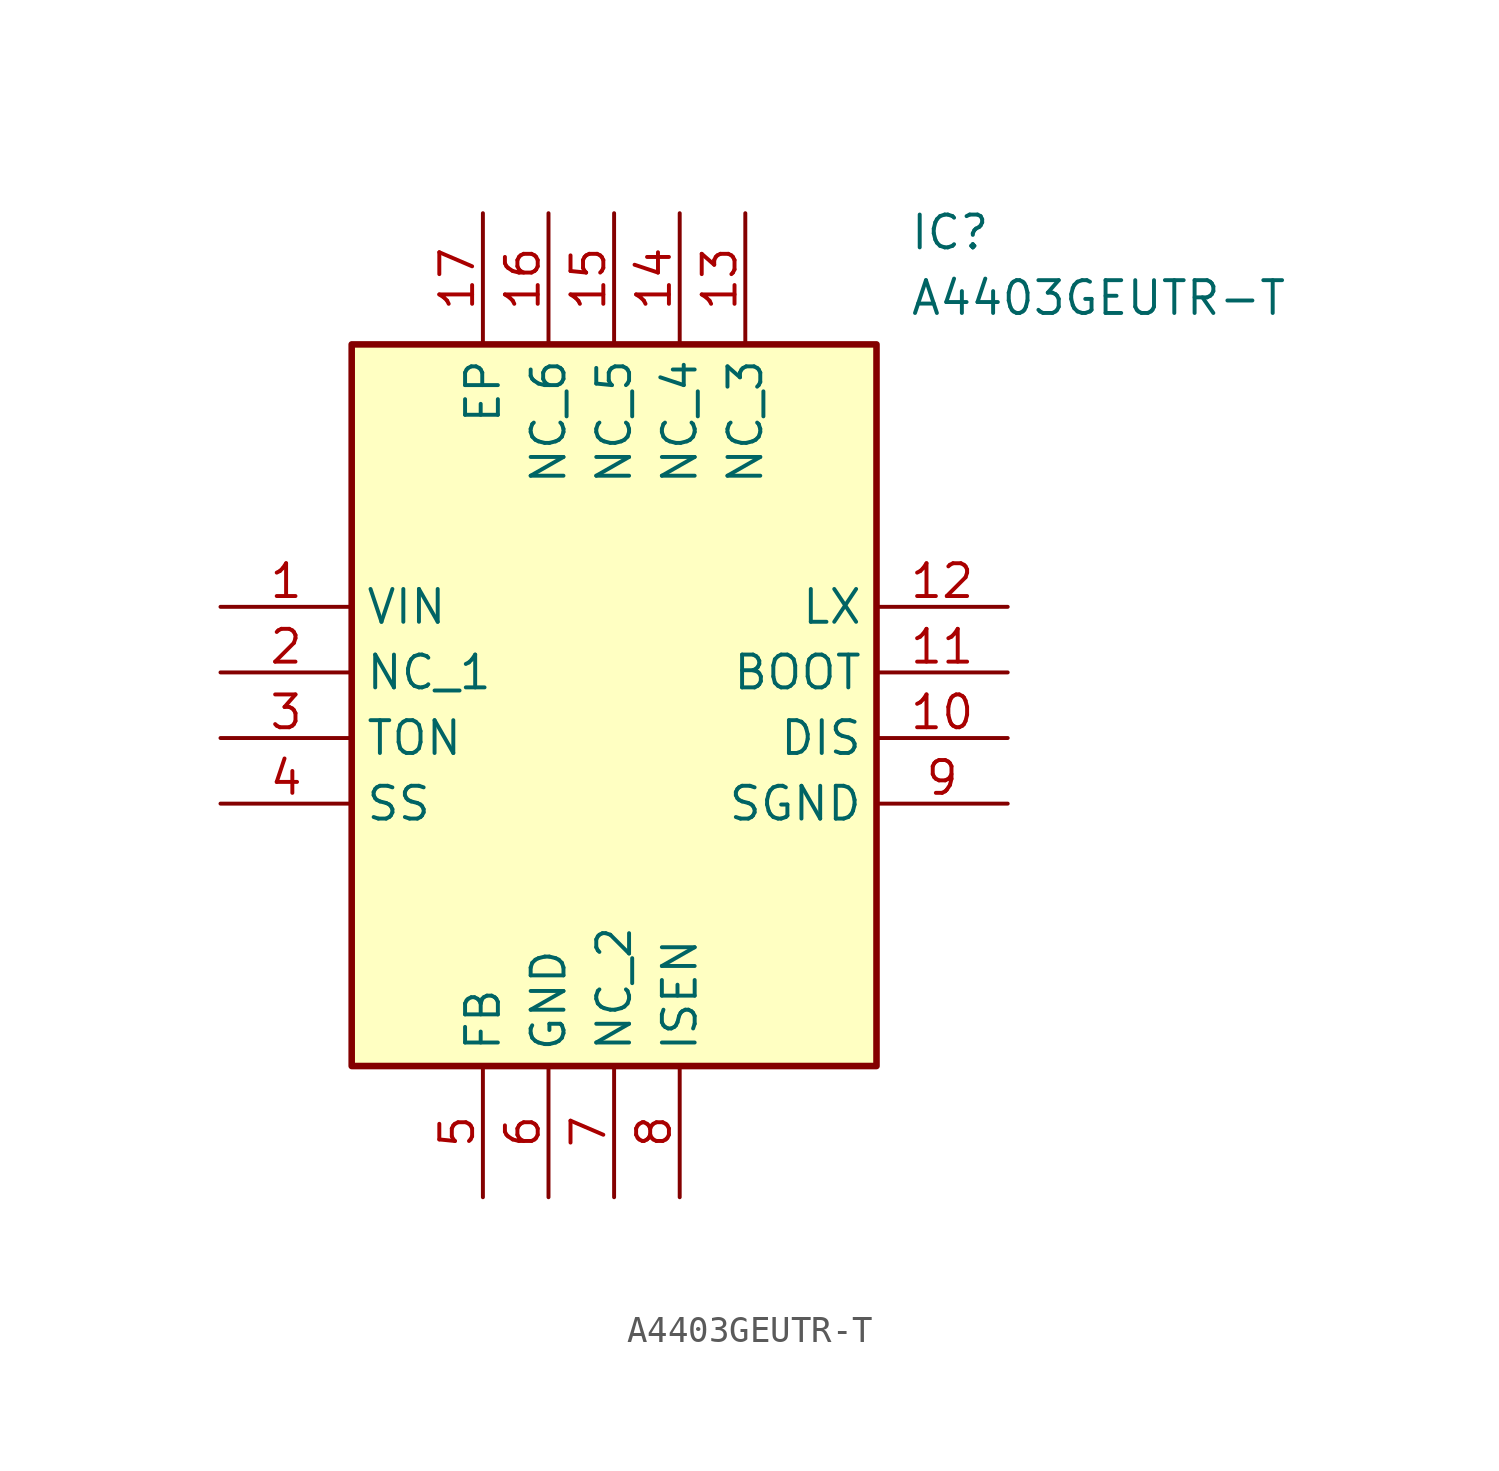
<source format=kicad_sym>
(kicad_symbol_lib
  (version 20211014)
  (generator SamacSys_ECAD_Model)
  (symbol "A4403GEUTR-T"
    (property "Reference" "IC"
      (at 26.67 15.24 0)
      (effects (font (size 1.27 1.27)) (justify left top)))
    (property "Value" "A4403GEUTR-T"
      (at 26.67 12.7 0)
      (effects (font (size 1.27 1.27)) (justify left top)))
    (rectangle
      (start 5.08 10.16)
      (end 25.4 -17.78)
      (stroke (width 0.254) (type default))
      (fill (type background)))
    (pin passive line
      (at 0 0 0)
      (length 5.08)
      (name "VIN" (effects (font (size 1.27 1.27))))
      (number "1" (effects (font (size 1.27 1.27)))))
    (pin passive line
      (at 0 -2.54 0)
      (length 5.08)
      (name "NC_1" (effects (font (size 1.27 1.27))))
      (number "2" (effects (font (size 1.27 1.27)))))
    (pin passive line
      (at 0 -5.08 0)
      (length 5.08)
      (name "TON" (effects (font (size 1.27 1.27))))
      (number "3" (effects (font (size 1.27 1.27)))))
    (pin passive line
      (at 0 -7.62 0)
      (length 5.08)
      (name "SS" (effects (font (size 1.27 1.27))))
      (number "4" (effects (font (size 1.27 1.27)))))
    (pin passive line
      (at 10.16 -22.86 90)
      (length 5.08)
      (name "FB" (effects (font (size 1.27 1.27))))
      (number "5" (effects (font (size 1.27 1.27)))))
    (pin passive line
      (at 12.7 -22.86 90)
      (length 5.08)
      (name "GND" (effects (font (size 1.27 1.27))))
      (number "6" (effects (font (size 1.27 1.27)))))
    (pin passive line
      (at 15.24 -22.86 90)
      (length 5.08)
      (name "NC_2" (effects (font (size 1.27 1.27))))
      (number "7" (effects (font (size 1.27 1.27)))))
    (pin passive line
      (at 17.78 -22.86 90)
      (length 5.08)
      (name "ISEN" (effects (font (size 1.27 1.27))))
      (number "8" (effects (font (size 1.27 1.27)))))
    (pin passive line
      (at 30.48 0 180)
      (length 5.08)
      (name "LX" (effects (font (size 1.27 1.27))))
      (number "12" (effects (font (size 1.27 1.27)))))
    (pin passive line
      (at 30.48 -2.54 180)
      (length 5.08)
      (name "BOOT" (effects (font (size 1.27 1.27))))
      (number "11" (effects (font (size 1.27 1.27)))))
    (pin passive line
      (at 30.48 -5.08 180)
      (length 5.08)
      (name "DIS" (effects (font (size 1.27 1.27))))
      (number "10" (effects (font (size 1.27 1.27)))))
    (pin passive line
      (at 30.48 -7.62 180)
      (length 5.08)
      (name "SGND" (effects (font (size 1.27 1.27))))
      (number "9" (effects (font (size 1.27 1.27)))))
    (pin passive line
      (at 10.16 15.24 270)
      (length 5.08)
      (name "EP" (effects (font (size 1.27 1.27))))
      (number "17" (effects (font (size 1.27 1.27)))))
    (pin passive line
      (at 12.7 15.24 270)
      (length 5.08)
      (name "NC_6" (effects (font (size 1.27 1.27))))
      (number "16" (effects (font (size 1.27 1.27)))))
    (pin passive line
      (at 15.24 15.24 270)
      (length 5.08)
      (name "NC_5" (effects (font (size 1.27 1.27))))
      (number "15" (effects (font (size 1.27 1.27)))))
    (pin passive line
      (at 17.78 15.24 270)
      (length 5.08)
      (name "NC_4" (effects (font (size 1.27 1.27))))
      (number "14" (effects (font (size 1.27 1.27)))))
    (pin passive line
      (at 20.32 15.24 270)
      (length 5.08)
      (name "NC_3" (effects (font (size 1.27 1.27))))
      (number "13" (effects (font (size 1.27 1.27)))))))
</source>
